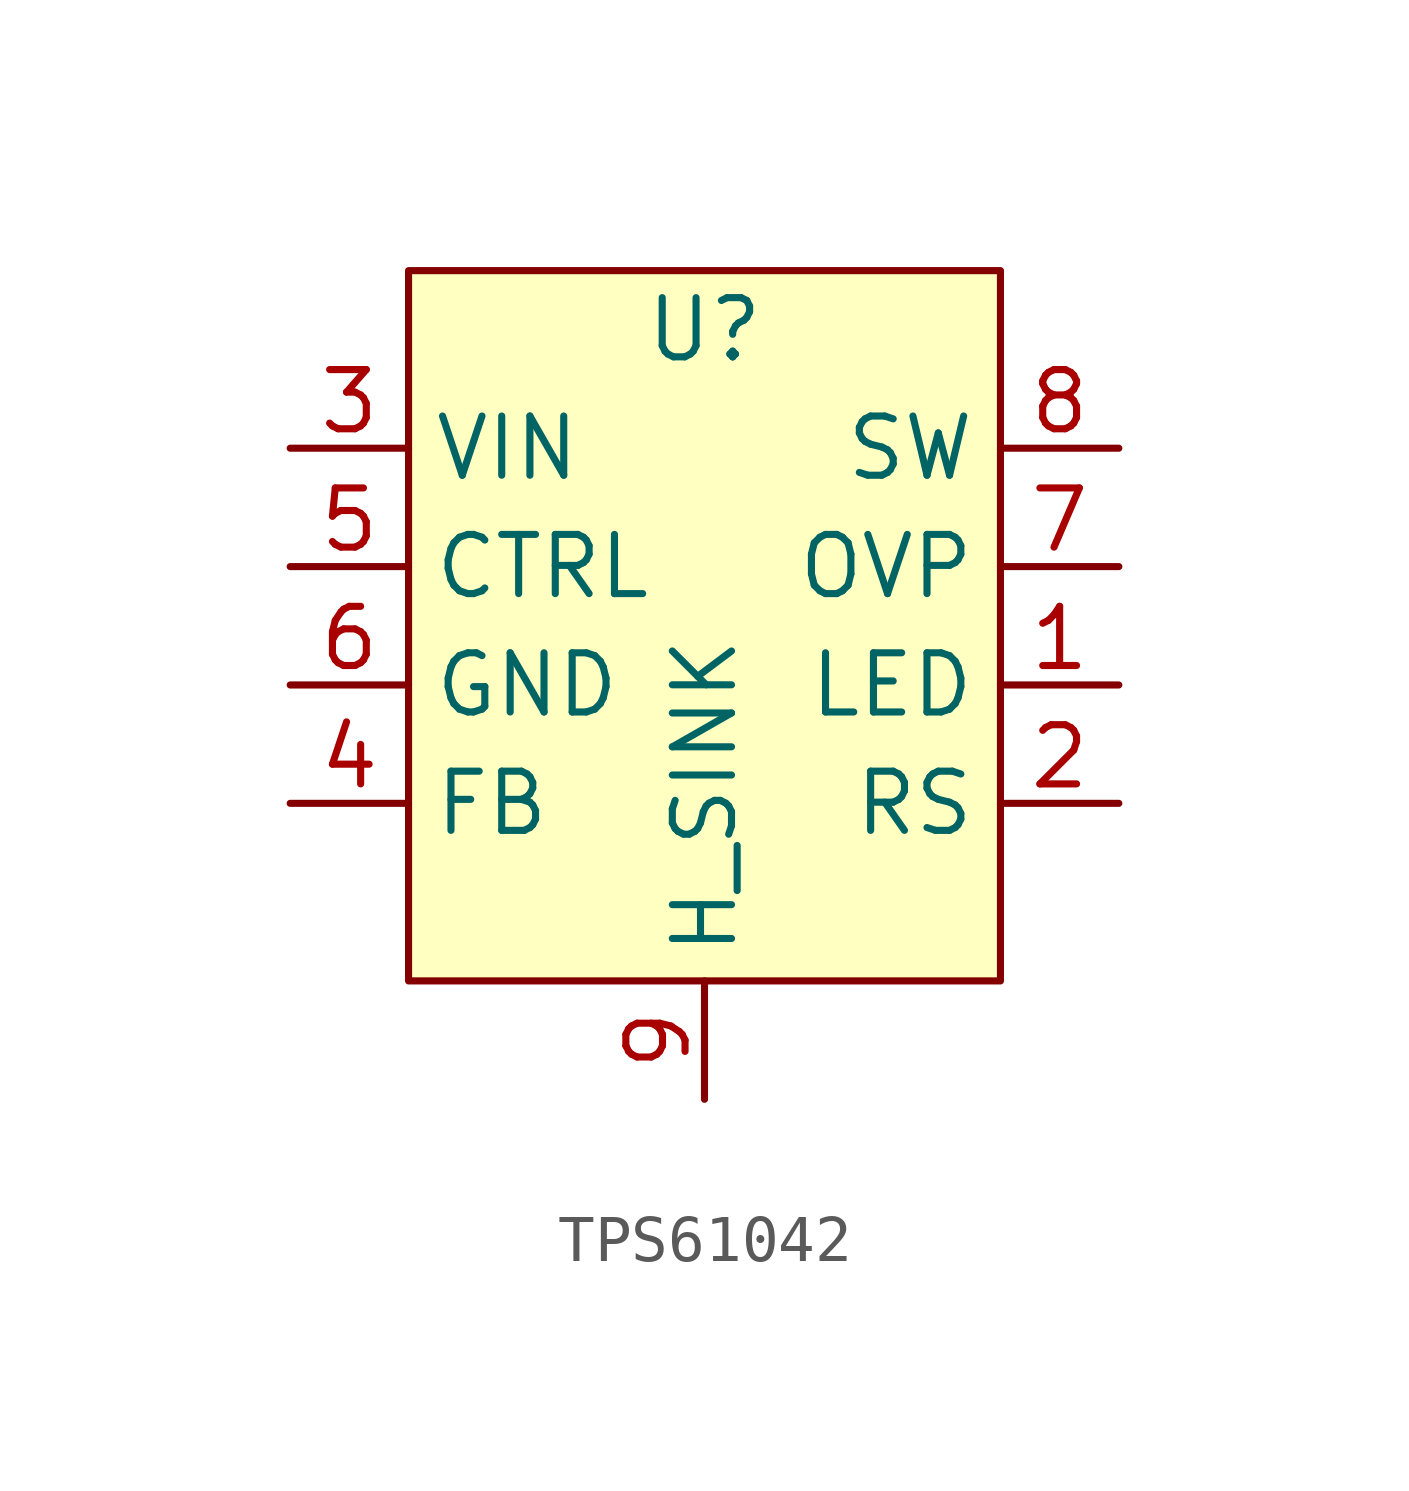
<source format=kicad_sym>
(kicad_symbol_lib
  (version 20241209)
  (generator "kicad_symbol_editor")
  (generator_version "9.0")
  (symbol "TPS61042"
    (property "Reference" "U"
      (at 0 6.35 0)
      (effects (font (size 1.27 1.27))))
    (property "Value" ""
      (at 0 0 0)
      (effects (font (size 1.27 1.27))))
    (symbol "TPS61042_1_1"
      (rectangle (start -6.35 7.62) (end 6.35 -7.62) (stroke (width 0) (type solid)) (fill (type background)))
      (pin power_in line (at -8.89 3.81 0) (length 2.54) (name "VIN" (effects (font (size 1.27 1.27)))) (number "3" (effects (font (size 1.27 1.27)))))
      (pin input line (at -8.89 1.27 0) (length 2.54) (name "CTRL" (effects (font (size 1.27 1.27)))) (number "5" (effects (font (size 1.27 1.27)))))
      (pin power_in line (at -8.89 -1.27 0) (length 2.54) (name "GND" (effects (font (size 1.27 1.27)))) (number "6" (effects (font (size 1.27 1.27)))))
      (pin input line (at -8.89 -3.81 0) (length 2.54) (name "FB" (effects (font (size 1.27 1.27)))) (number "4" (effects (font (size 1.27 1.27)))))
      (pin passive line (at 0 -10.16 90) (length 2.54) (name "H_SINK" (effects (font (size 1.27 1.27)))) (number "9" (effects (font (size 1.27 1.27)))))
      (pin input line (at 8.89 3.81 180) (length 2.54) (name "SW" (effects (font (size 1.27 1.27)))) (number "8" (effects (font (size 1.27 1.27)))))
      (pin input line (at 8.89 1.27 180) (length 2.54) (name "OVP" (effects (font (size 1.27 1.27)))) (number "7" (effects (font (size 1.27 1.27)))))
      (pin input line (at 8.89 -1.27 180) (length 2.54) (name "LED" (effects (font (size 1.27 1.27)))) (number "1" (effects (font (size 1.27 1.27)))))
      (pin output line (at 8.89 -3.81 180) (length 2.54) (name "RS" (effects (font (size 1.27 1.27)))) (number "2" (effects (font (size 1.27 1.27))))))))
</source>
